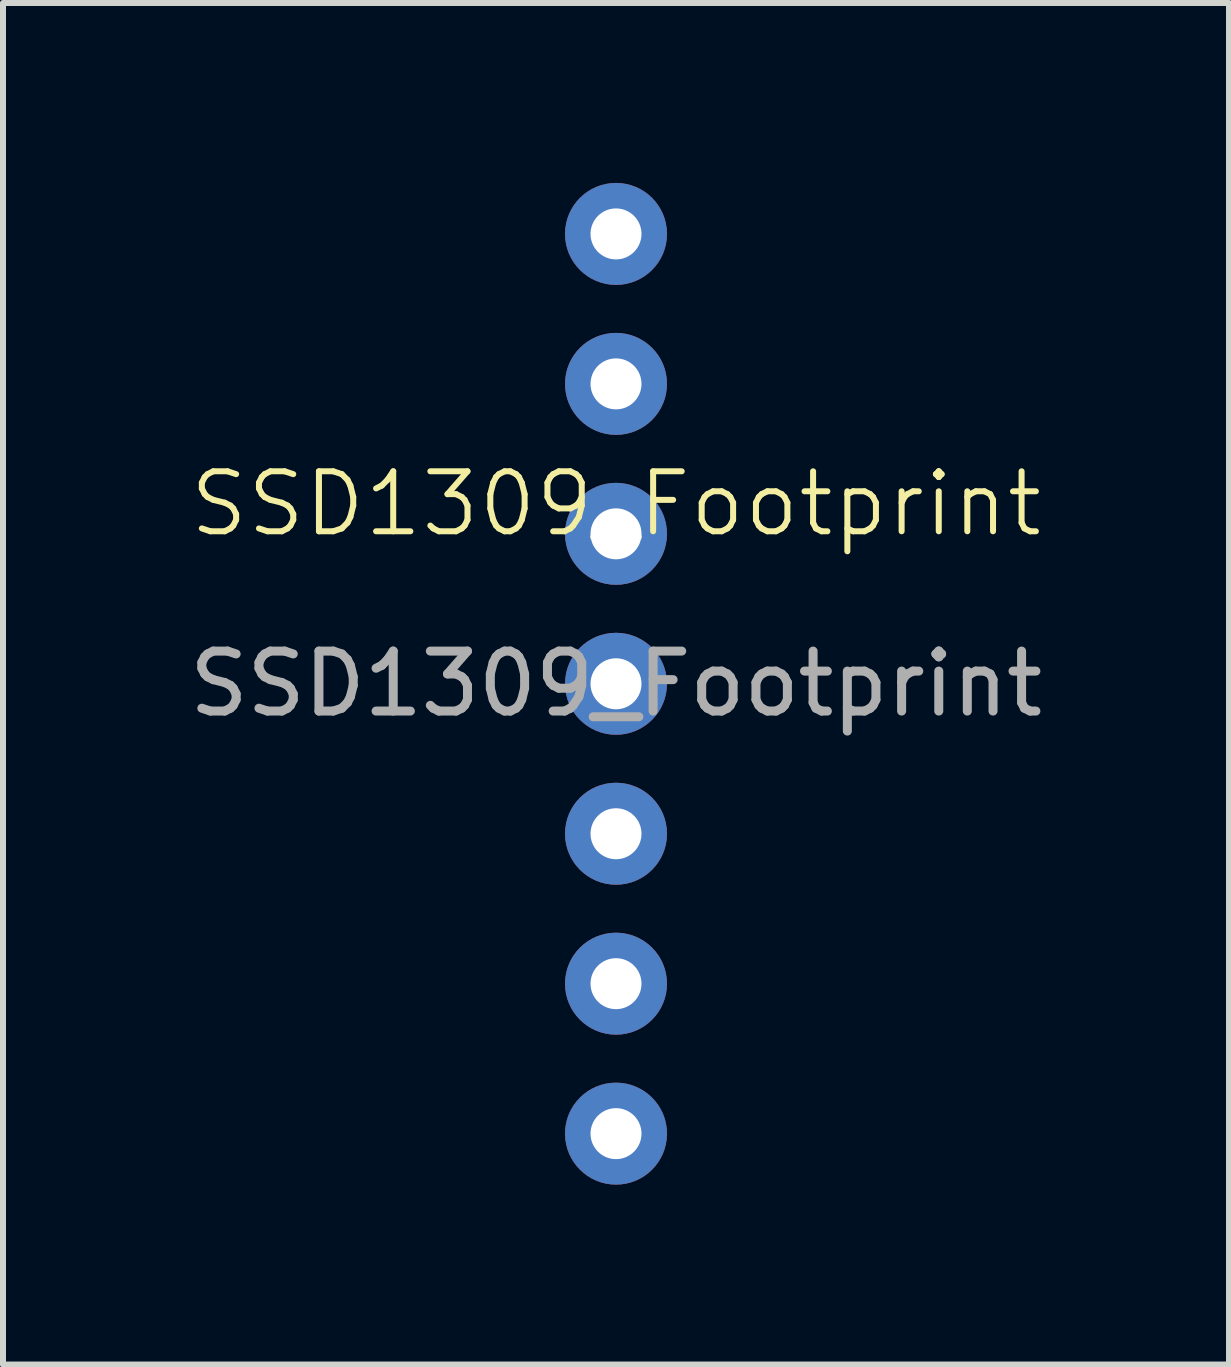
<source format=kicad_pcb>
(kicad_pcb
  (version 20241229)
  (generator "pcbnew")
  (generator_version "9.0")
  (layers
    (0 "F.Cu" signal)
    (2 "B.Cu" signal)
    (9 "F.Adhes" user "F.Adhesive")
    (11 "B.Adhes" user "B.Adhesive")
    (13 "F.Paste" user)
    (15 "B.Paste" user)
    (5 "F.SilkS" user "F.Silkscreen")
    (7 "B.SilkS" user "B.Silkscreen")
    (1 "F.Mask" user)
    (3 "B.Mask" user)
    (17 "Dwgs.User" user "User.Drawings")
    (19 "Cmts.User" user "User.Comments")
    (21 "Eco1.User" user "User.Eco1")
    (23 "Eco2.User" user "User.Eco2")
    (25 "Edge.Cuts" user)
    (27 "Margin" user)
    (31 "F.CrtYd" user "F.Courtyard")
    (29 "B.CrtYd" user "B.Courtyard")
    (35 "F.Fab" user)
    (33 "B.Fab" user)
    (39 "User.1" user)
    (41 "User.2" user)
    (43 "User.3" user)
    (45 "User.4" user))
  (footprint "SSD1309_Footprint"
    (layer "F.Cu")
    (at 7.22 5.85)
    (property "Reference" "SSD1309_Footprint" (at 0 -0.5 0) (unlocked yes) (layer "F.SilkS") (effects (font (size 1 1) (thickness 0.1))))
    (attr through_hole)
    (fp_text user "${REFERENCE}" (at 0 2.5 0) (unlocked yes) (layer "F.Fab") (effects (font (size 1 1) (thickness 0.15))))
    (pad "1" thru_hole circle (at 0 -5) (size 1.7 1.7) (drill 0.85) (layers "*.Cu" "*.Mask"))
    (pad "2" thru_hole circle (at 0 -2.5) (size 1.7 1.7) (drill 0.85) (layers "*.Cu" "*.Mask"))
    (pad "3" thru_hole circle (at 0 0) (size 1.7 1.7) (drill 0.85) (layers "*.Cu" "*.Mask"))
    (pad "4" thru_hole circle (at 0 2.5) (size 1.7 1.7) (drill 0.85) (layers "*.Cu" "*.Mask"))
    (pad "5" thru_hole circle (at 0 5) (size 1.7 1.7) (drill 0.85) (layers "*.Cu" "*.Mask"))
    (pad "6" thru_hole circle (at 0 7.5) (size 1.7 1.7) (drill 0.85) (layers "*.Cu" "*.Mask"))
    (pad "7" thru_hole circle (at 0 10) (size 1.7 1.7) (drill 0.85) (layers "*.Cu" "*.Mask")))
  (gr_rect
    (start -3 -3)
    (end 17.44 19.7)
    (stroke (width 0.1) (type default))
    (fill no)
    (layer "Edge.Cuts")))
</source>
